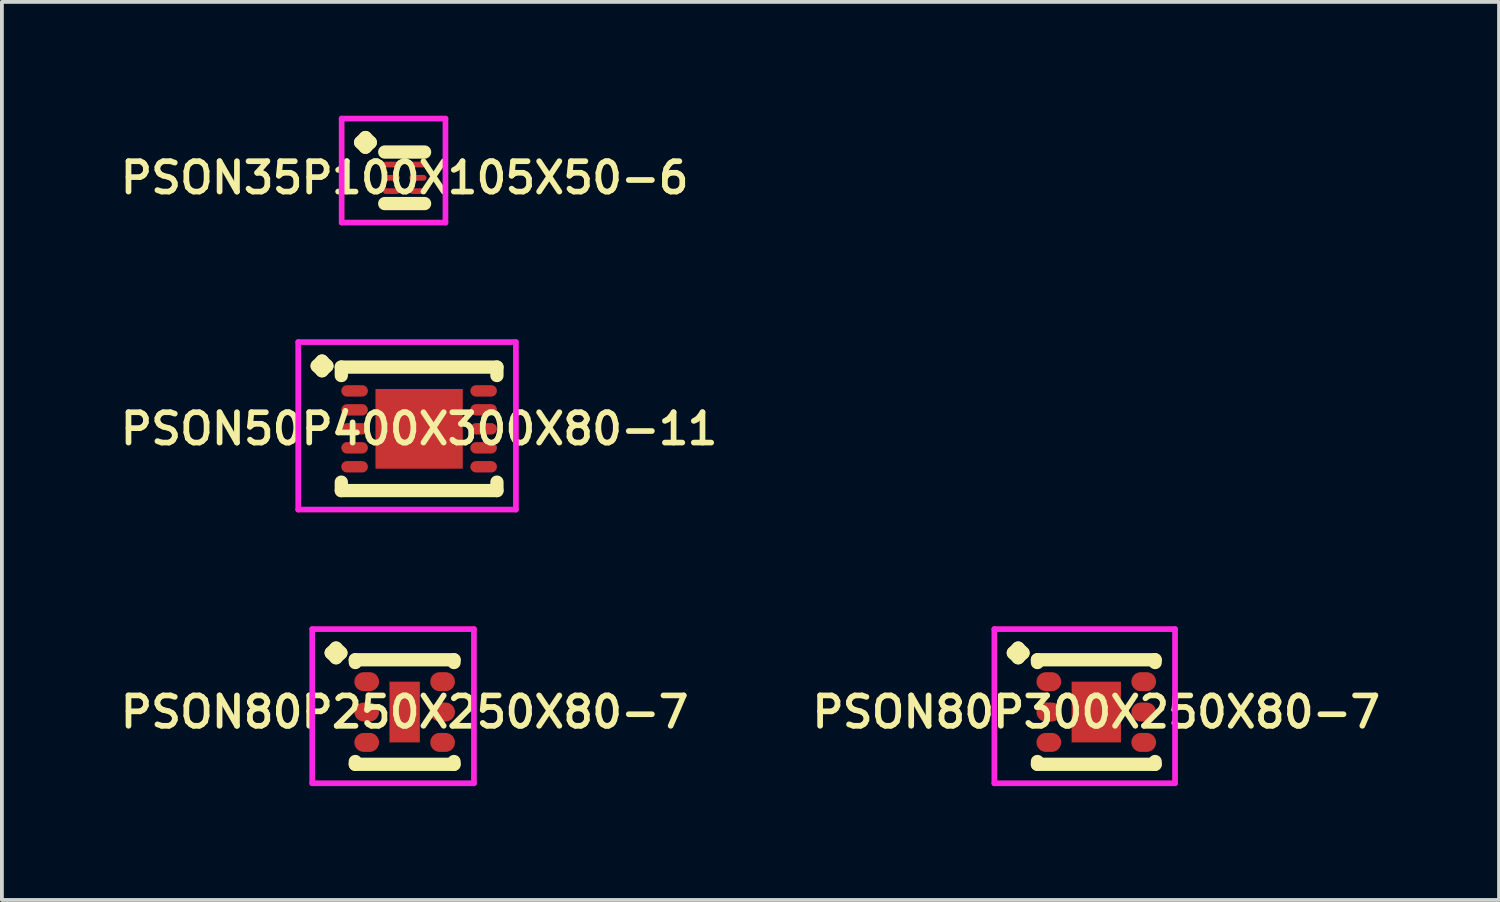
<source format=kicad_pcb>
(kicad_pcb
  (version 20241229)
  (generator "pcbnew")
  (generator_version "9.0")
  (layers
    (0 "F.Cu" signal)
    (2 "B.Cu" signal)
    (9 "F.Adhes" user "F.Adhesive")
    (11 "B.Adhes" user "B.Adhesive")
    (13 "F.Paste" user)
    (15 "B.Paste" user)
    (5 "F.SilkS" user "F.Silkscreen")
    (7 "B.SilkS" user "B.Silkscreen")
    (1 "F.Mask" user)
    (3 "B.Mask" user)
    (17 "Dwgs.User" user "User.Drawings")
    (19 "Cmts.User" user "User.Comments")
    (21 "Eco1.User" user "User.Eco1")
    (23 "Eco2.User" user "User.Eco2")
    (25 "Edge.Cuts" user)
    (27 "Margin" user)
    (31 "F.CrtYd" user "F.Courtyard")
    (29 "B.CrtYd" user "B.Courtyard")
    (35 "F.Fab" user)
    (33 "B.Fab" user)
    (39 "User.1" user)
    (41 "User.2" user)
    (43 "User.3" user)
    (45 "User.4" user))
  (footprint "PSON50P400X300X80-11"
    (layer "F.Cu")
    (at 7.993 8.249)
    (property "Reference" "PSON50P400X300X80-11" (at 0 0 0) (layer "F.SilkS") (effects (font (size 0.8 0.8) (thickness 0.15))))
    (attr smd)
    (fp_line (start -2.685 -1.658) (end -2.558 -1.785) (stroke (width 0.35) (type solid)) (layer "F.SilkS"))
    (fp_line (start -2.558 -1.785) (end -2.431 -1.658) (stroke (width 0.35) (type solid)) (layer "F.SilkS"))
    (fp_line (start -2.558 -1.531) (end -2.685 -1.658) (stroke (width 0.35) (type solid)) (layer "F.SilkS"))
    (fp_line (start -2.431 -1.658) (end -2.558 -1.531) (stroke (width 0.35) (type solid)) (layer "F.SilkS"))
    (fp_line (start -2.05 -1.627) (end 2.05 -1.627) (stroke (width 0.35) (type solid)) (layer "F.SilkS"))
    (fp_line (start -2.05 -1.404) (end -2.05 -1.627) (stroke (width 0.35) (type solid)) (layer "F.SilkS"))
    (fp_line (start -2.05 1.404) (end -2.05 1.627) (stroke (width 0.35) (type solid)) (layer "F.SilkS"))
    (fp_line (start -2.05 1.627) (end 2.05 1.627) (stroke (width 0.35) (type solid)) (layer "F.SilkS"))
    (fp_line (start 2.05 -1.627) (end 2.05 -1.404) (stroke (width 0.35) (type solid)) (layer "F.SilkS"))
    (fp_line (start 2.05 1.627) (end 2.05 1.404) (stroke (width 0.35) (type solid)) (layer "F.SilkS"))
    (fp_line (start -3.185 -2.285) (end 2.55 -2.285) (stroke (width 0.15) (type solid)) (layer "F.CrtYd"))
    (fp_line (start -3.185 2.127) (end -3.185 -2.285) (stroke (width 0.15) (type solid)) (layer "F.CrtYd"))
    (fp_line (start 2.55 -2.285) (end 2.55 2.127) (stroke (width 0.15) (type solid)) (layer "F.CrtYd"))
    (fp_line (start 2.55 2.127) (end -3.185 2.127) (stroke (width 0.15) (type solid)) (layer "F.CrtYd"))
    (pad "1" smd oval (at -1.7 -1) (size 0.7 0.3) (layers "F.Cu" "F.Mask" "F.Paste"))
    (pad "2" smd oval (at -1.7 -0.5) (size 0.7 0.3) (layers "F.Cu" "F.Mask" "F.Paste"))
    (pad "3" smd oval (at -1.7 0) (size 0.7 0.3) (layers "F.Cu" "F.Mask" "F.Paste"))
    (pad "4" smd oval (at -1.7 0.5) (size 0.7 0.3) (layers "F.Cu" "F.Mask" "F.Paste"))
    (pad "5" smd oval (at -1.7 1) (size 0.7 0.3) (layers "F.Cu" "F.Mask" "F.Paste"))
    (pad "6" smd oval (at 1.7 1) (size 0.7 0.3) (layers "F.Cu" "F.Mask" "F.Paste"))
    (pad "7" smd oval (at 1.7 0.5) (size 0.7 0.3) (layers "F.Cu" "F.Mask" "F.Paste"))
    (pad "8" smd oval (at 1.7 0) (size 0.7 0.3) (layers "F.Cu" "F.Mask" "F.Paste"))
    (pad "9" smd oval (at 1.7 -0.5) (size 0.7 0.3) (layers "F.Cu" "F.Mask" "F.Paste"))
    (pad "10" smd oval (at 1.7 -1) (size 0.7 0.3) (layers "F.Cu" "F.Mask" "F.Paste"))
    (pad "11" smd rect (at 0 0) (size 2.3 2.1) (layers "F.Cu" "F.Mask" "F.Paste")))
  (footprint "PSON80P250X250X80-7"
    (layer "F.Cu")
    (at 7.612 15.711)
    (property "Reference" "PSON80P250X250X80-7" (at 0 0 0) (layer "F.SilkS") (effects (font (size 0.8 0.8) (thickness 0.15))))
    (attr smd)
    (fp_line (start -1.935 -1.558) (end -1.808 -1.685) (stroke (width 0.35) (type solid)) (layer "F.SilkS"))
    (fp_line (start -1.808 -1.685) (end -1.681 -1.558) (stroke (width 0.35) (type solid)) (layer "F.SilkS"))
    (fp_line (start -1.808 -1.431) (end -1.935 -1.558) (stroke (width 0.35) (type solid)) (layer "F.SilkS"))
    (fp_line (start -1.681 -1.558) (end -1.808 -1.431) (stroke (width 0.35) (type solid)) (layer "F.SilkS"))
    (fp_line (start -1.3 -1.377) (end 1.3 -1.377) (stroke (width 0.35) (type solid)) (layer "F.SilkS"))
    (fp_line (start -1.3 -1.304) (end -1.3 -1.377) (stroke (width 0.35) (type solid)) (layer "F.SilkS"))
    (fp_line (start -1.3 1.304) (end -1.3 1.377) (stroke (width 0.35) (type solid)) (layer "F.SilkS"))
    (fp_line (start -1.3 1.377) (end 1.3 1.377) (stroke (width 0.35) (type solid)) (layer "F.SilkS"))
    (fp_line (start 1.3 -1.377) (end 1.3 -1.304) (stroke (width 0.35) (type solid)) (layer "F.SilkS"))
    (fp_line (start 1.3 1.377) (end 1.3 1.304) (stroke (width 0.35) (type solid)) (layer "F.SilkS"))
    (fp_line (start -2.435 -2.185) (end 1.825 -2.185) (stroke (width 0.15) (type solid)) (layer "F.CrtYd"))
    (fp_line (start -2.435 1.877) (end -2.435 -2.185) (stroke (width 0.15) (type solid)) (layer "F.CrtYd"))
    (fp_line (start 1.825 -2.185) (end 1.825 1.877) (stroke (width 0.15) (type solid)) (layer "F.CrtYd"))
    (fp_line (start 1.825 1.877) (end -2.435 1.877) (stroke (width 0.15) (type solid)) (layer "F.CrtYd"))
    (pad "1" smd oval (at -1 -0.8) (size 0.65 0.5) (layers "F.Cu" "F.Mask" "F.Paste"))
    (pad "2" smd oval (at -1 0) (size 0.65 0.5) (layers "F.Cu" "F.Mask" "F.Paste"))
    (pad "3" smd oval (at -1 0.8) (size 0.65 0.5) (layers "F.Cu" "F.Mask" "F.Paste"))
    (pad "4" smd oval (at 1 0.8) (size 0.65 0.5) (layers "F.Cu" "F.Mask" "F.Paste"))
    (pad "5" smd oval (at 1 0) (size 0.65 0.5) (layers "F.Cu" "F.Mask" "F.Paste"))
    (pad "6" smd oval (at 1 -0.8) (size 0.65 0.5) (layers "F.Cu" "F.Mask" "F.Paste"))
    (pad "7" smd rect (at 0 0) (size 0.8 1.6) (layers "F.Cu" "F.Mask" "F.Paste")))
  (footprint "PSON80P300X250X80-7"
    (layer "F.Cu")
    (at 25.835 15.711)
    (property "Reference" "PSON80P300X250X80-7" (at 0 0 0) (layer "F.SilkS") (effects (font (size 0.8 0.8) (thickness 0.15))))
    (attr through_hole)
    (fp_line (start -2.185 -1.558) (end -2.058 -1.685) (stroke (width 0.35) (type solid)) (layer "F.SilkS"))
    (fp_line (start -2.058 -1.685) (end -1.931 -1.558) (stroke (width 0.35) (type solid)) (layer "F.SilkS"))
    (fp_line (start -2.058 -1.431) (end -2.185 -1.558) (stroke (width 0.35) (type solid)) (layer "F.SilkS"))
    (fp_line (start -1.931 -1.558) (end -2.058 -1.431) (stroke (width 0.35) (type solid)) (layer "F.SilkS"))
    (fp_line (start -1.55 -1.377) (end 1.55 -1.377) (stroke (width 0.35) (type solid)) (layer "F.SilkS"))
    (fp_line (start -1.55 -1.304) (end -1.55 -1.377) (stroke (width 0.35) (type solid)) (layer "F.SilkS"))
    (fp_line (start -1.55 1.304) (end -1.55 1.377) (stroke (width 0.35) (type solid)) (layer "F.SilkS"))
    (fp_line (start -1.55 1.377) (end 1.55 1.377) (stroke (width 0.35) (type solid)) (layer "F.SilkS"))
    (fp_line (start 1.55 -1.377) (end 1.55 -1.304) (stroke (width 0.35) (type solid)) (layer "F.SilkS"))
    (fp_line (start 1.55 1.377) (end 1.55 1.304) (stroke (width 0.35) (type solid)) (layer "F.SilkS"))
    (fp_line (start -2.685 -2.185) (end 2.075 -2.185) (stroke (width 0.15) (type solid)) (layer "F.CrtYd"))
    (fp_line (start -2.685 1.877) (end -2.685 -2.185) (stroke (width 0.15) (type solid)) (layer "F.CrtYd"))
    (fp_line (start 2.075 -2.185) (end 2.075 1.877) (stroke (width 0.15) (type solid)) (layer "F.CrtYd"))
    (fp_line (start 2.075 1.877) (end -2.685 1.877) (stroke (width 0.15) (type solid)) (layer "F.CrtYd"))
    (pad "1" smd oval (at -1.25 -0.8) (size 0.65 0.5) (layers "F.Cu" "F.Mask" "F.Paste"))
    (pad "2" smd oval (at -1.25 0) (size 0.65 0.5) (layers "F.Cu" "F.Mask" "F.Paste"))
    (pad "3" smd oval (at -1.25 0.8) (size 0.65 0.5) (layers "F.Cu" "F.Mask" "F.Paste"))
    (pad "4" smd oval (at 1.25 0.8) (size 0.65 0.5) (layers "F.Cu" "F.Mask" "F.Paste"))
    (pad "5" smd oval (at 1.25 0) (size 0.65 0.5) (layers "F.Cu" "F.Mask" "F.Paste"))
    (pad "6" smd oval (at 1.25 -0.8) (size 0.65 0.5) (layers "F.Cu" "F.Mask" "F.Paste"))
    (pad "7" smd rect (at 0 0) (size 1.3 1.6) (layers "F.Cu" "F.Mask" "F.Paste")))
  (footprint "PSON35P100X105X50-6"
    (layer "F.Cu")
    (at 7.612 1.635)
    (property "Reference" "PSON35P100X105X50-6" (at 0 0 0) (layer "F.SilkS") (effects (font (size 0.8 0.8) (thickness 0.15))))
    (attr smd)
    (fp_line (start -1.16 -0.933) (end -1.033 -1.06) (stroke (width 0.35) (type solid)) (layer "F.SilkS"))
    (fp_line (start -1.033 -1.06) (end -0.906 -0.933) (stroke (width 0.35) (type solid)) (layer "F.SilkS"))
    (fp_line (start -1.033 -0.806) (end -1.16 -0.933) (stroke (width 0.35) (type solid)) (layer "F.SilkS"))
    (fp_line (start -0.906 -0.933) (end -1.033 -0.806) (stroke (width 0.35) (type solid)) (layer "F.SilkS"))
    (fp_line (start -0.525 -0.679) (end 0.525 -0.679) (stroke (width 0.35) (type solid)) (layer "F.SilkS"))
    (fp_line (start -0.525 0.679) (end 0.525 0.679) (stroke (width 0.35) (type solid)) (layer "F.SilkS"))
    (fp_line (start -1.66 -1.56) (end 1.075 -1.56) (stroke (width 0.15) (type solid)) (layer "F.CrtYd"))
    (fp_line (start -1.66 1.179) (end -1.66 -1.56) (stroke (width 0.15) (type solid)) (layer "F.CrtYd"))
    (fp_line (start 1.075 -1.56) (end 1.075 1.179) (stroke (width 0.15) (type solid)) (layer "F.CrtYd"))
    (fp_line (start 1.075 1.179) (end -1.66 1.179) (stroke (width 0.15) (type solid)) (layer "F.CrtYd"))
    (pad "1" smd oval (at -0.35 -0.35) (size 0.45 0.15) (layers "F.Cu" "F.Mask" "F.Paste"))
    (pad "2" smd oval (at -0.35 0) (size 0.45 0.15) (layers "F.Cu" "F.Mask" "F.Paste"))
    (pad "3" smd oval (at -0.35 0.35) (size 0.45 0.15) (layers "F.Cu" "F.Mask" "F.Paste"))
    (pad "4" smd oval (at 0.35 0.35) (size 0.45 0.15) (layers "F.Cu" "F.Mask" "F.Paste"))
    (pad "5" smd oval (at 0.35 0) (size 0.45 0.15) (layers "F.Cu" "F.Mask" "F.Paste"))
    (pad "6" smd oval (at 0.35 -0.35) (size 0.45 0.15) (layers "F.Cu" "F.Mask" "F.Paste")))
  (gr_rect
    (start -3 -3)
    (end 36.447 20.663)
    (stroke (width 0.1) (type default))
    (fill no)
    (layer "Edge.Cuts")))
</source>
